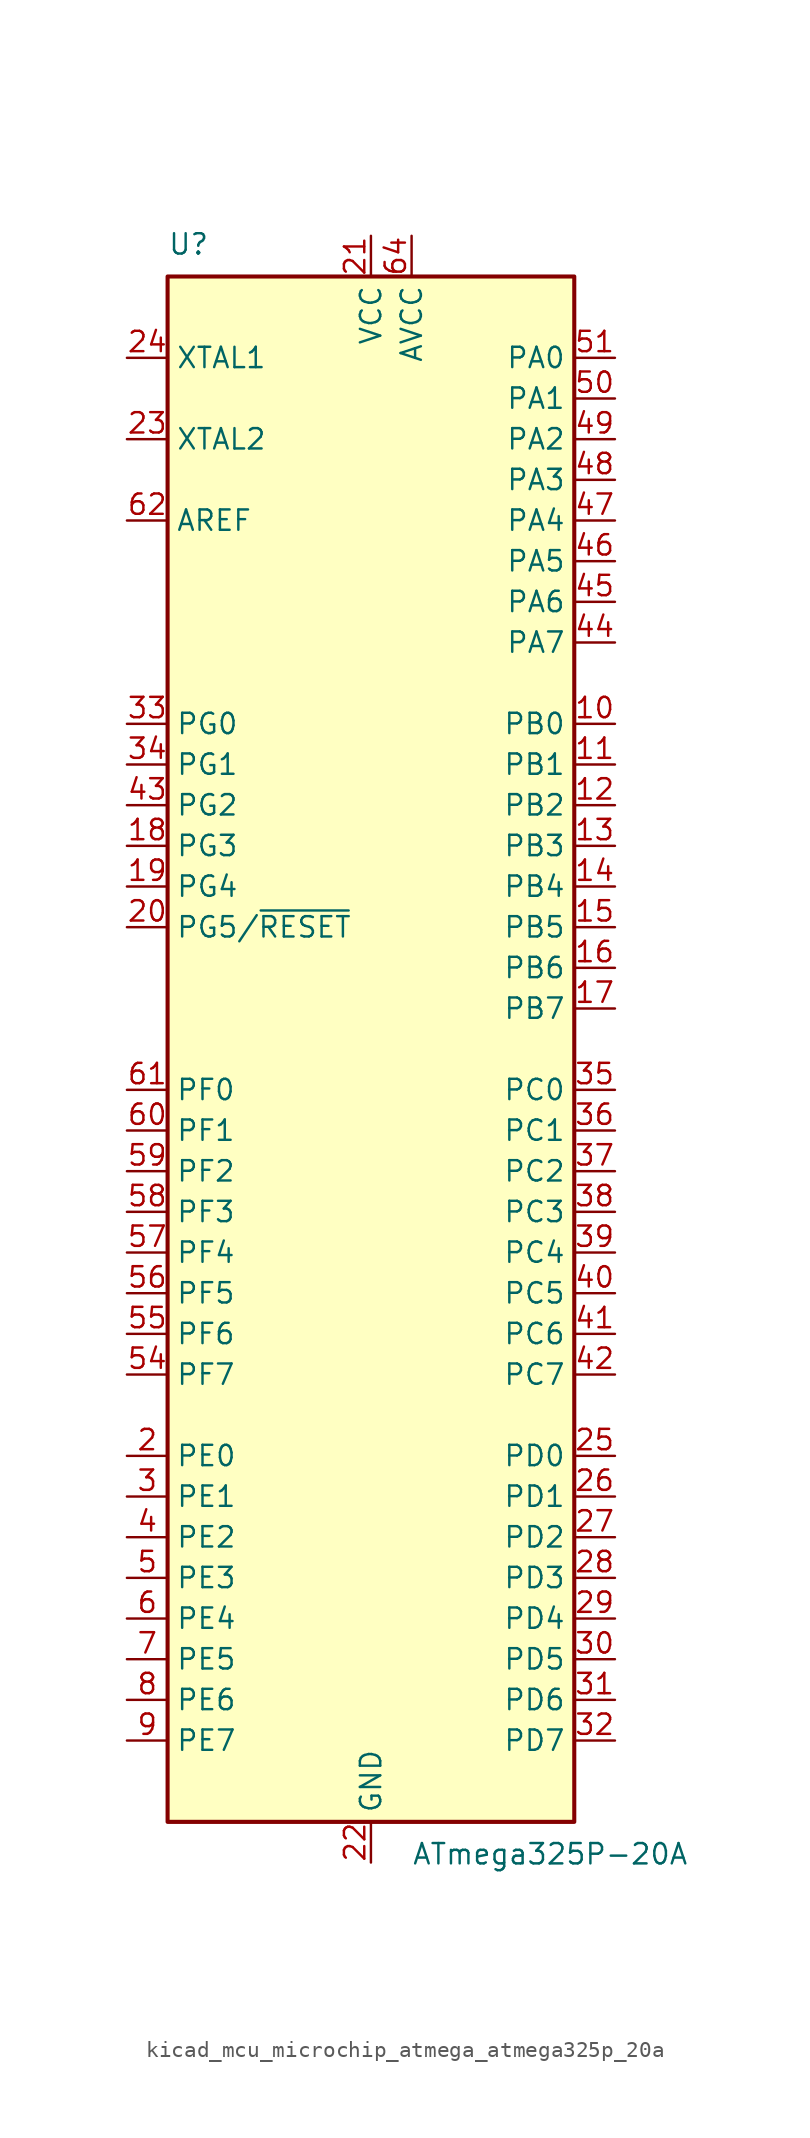
<source format=kicad_sym>
(kicad_symbol_lib
  (version 20220914)
  (generator kicad_symbol_editor)
  (symbol "kicad_mcu_microchip_atmega_atmega325p_20a"
    (property "Reference" "U"
      (at -12.7 49.53 0)
      (effects (font (size 1.27 1.27)) (justify left bottom)))
    (property "Value" "ATmega325P-20A"
      (at 2.54 -49.53 0)
      (effects (font (size 1.27 1.27)) (justify left top)))
    (symbol "kicad_mcu_microchip_atmega_atmega325p_20a_0_1"
      (rectangle (start -12.7 -48.26) (end 12.7 48.26) (stroke (width 0.254) (type default)) (fill (type background))))
    (symbol "kicad_mcu_microchip_atmega_atmega325p_20a_1_1"
      (pin no_connect line (at -12.7 -45.72 0) (length 2.54) hide (name "NC" (effects (font (size 1.27 1.27)))) (number "1" (effects (font (size 1.27 1.27)))))
      (pin bidirectional line (at 15.24 20.32 180) (length 2.54) (name "PB0" (effects (font (size 1.27 1.27)))) (number "10" (effects (font (size 1.27 1.27)))))
      (pin bidirectional line (at 15.24 17.78 180) (length 2.54) (name "PB1" (effects (font (size 1.27 1.27)))) (number "11" (effects (font (size 1.27 1.27)))))
      (pin bidirectional line (at 15.24 15.24 180) (length 2.54) (name "PB2" (effects (font (size 1.27 1.27)))) (number "12" (effects (font (size 1.27 1.27)))))
      (pin bidirectional line (at 15.24 12.7 180) (length 2.54) (name "PB3" (effects (font (size 1.27 1.27)))) (number "13" (effects (font (size 1.27 1.27)))))
      (pin bidirectional line (at 15.24 10.16 180) (length 2.54) (name "PB4" (effects (font (size 1.27 1.27)))) (number "14" (effects (font (size 1.27 1.27)))))
      (pin bidirectional line (at 15.24 7.62 180) (length 2.54) (name "PB5" (effects (font (size 1.27 1.27)))) (number "15" (effects (font (size 1.27 1.27)))))
      (pin bidirectional line (at 15.24 5.08 180) (length 2.54) (name "PB6" (effects (font (size 1.27 1.27)))) (number "16" (effects (font (size 1.27 1.27)))))
      (pin bidirectional line (at 15.24 2.54 180) (length 2.54) (name "PB7" (effects (font (size 1.27 1.27)))) (number "17" (effects (font (size 1.27 1.27)))))
      (pin bidirectional line (at -15.24 12.7 0) (length 2.54) (name "PG3" (effects (font (size 1.27 1.27)))) (number "18" (effects (font (size 1.27 1.27)))))
      (pin bidirectional line (at -15.24 10.16 0) (length 2.54) (name "PG4" (effects (font (size 1.27 1.27)))) (number "19" (effects (font (size 1.27 1.27)))))
      (pin bidirectional line (at -15.24 -25.4 0) (length 2.54) (name "PE0" (effects (font (size 1.27 1.27)))) (number "2" (effects (font (size 1.27 1.27)))))
      (pin bidirectional line (at -15.24 7.62 0) (length 2.54) (name "PG5/~{RESET}" (effects (font (size 1.27 1.27)))) (number "20" (effects (font (size 1.27 1.27)))))
      (pin power_in line (at 0 50.8 270) (length 2.54) (name "VCC" (effects (font (size 1.27 1.27)))) (number "21" (effects (font (size 1.27 1.27)))))
      (pin power_in line (at 0 -50.8 90) (length 2.54) (name "GND" (effects (font (size 1.27 1.27)))) (number "22" (effects (font (size 1.27 1.27)))))
      (pin output line (at -15.24 38.1 0) (length 2.54) (name "XTAL2" (effects (font (size 1.27 1.27)))) (number "23" (effects (font (size 1.27 1.27)))))
      (pin input line (at -15.24 43.18 0) (length 2.54) (name "XTAL1" (effects (font (size 1.27 1.27)))) (number "24" (effects (font (size 1.27 1.27)))))
      (pin bidirectional line (at 15.24 -25.4 180) (length 2.54) (name "PD0" (effects (font (size 1.27 1.27)))) (number "25" (effects (font (size 1.27 1.27)))))
      (pin bidirectional line (at 15.24 -27.94 180) (length 2.54) (name "PD1" (effects (font (size 1.27 1.27)))) (number "26" (effects (font (size 1.27 1.27)))))
      (pin bidirectional line (at 15.24 -30.48 180) (length 2.54) (name "PD2" (effects (font (size 1.27 1.27)))) (number "27" (effects (font (size 1.27 1.27)))))
      (pin bidirectional line (at 15.24 -33.02 180) (length 2.54) (name "PD3" (effects (font (size 1.27 1.27)))) (number "28" (effects (font (size 1.27 1.27)))))
      (pin bidirectional line (at 15.24 -35.56 180) (length 2.54) (name "PD4" (effects (font (size 1.27 1.27)))) (number "29" (effects (font (size 1.27 1.27)))))
      (pin bidirectional line (at -15.24 -27.94 0) (length 2.54) (name "PE1" (effects (font (size 1.27 1.27)))) (number "3" (effects (font (size 1.27 1.27)))))
      (pin bidirectional line (at 15.24 -38.1 180) (length 2.54) (name "PD5" (effects (font (size 1.27 1.27)))) (number "30" (effects (font (size 1.27 1.27)))))
      (pin bidirectional line (at 15.24 -40.64 180) (length 2.54) (name "PD6" (effects (font (size 1.27 1.27)))) (number "31" (effects (font (size 1.27 1.27)))))
      (pin bidirectional line (at 15.24 -43.18 180) (length 2.54) (name "PD7" (effects (font (size 1.27 1.27)))) (number "32" (effects (font (size 1.27 1.27)))))
      (pin bidirectional line (at -15.24 20.32 0) (length 2.54) (name "PG0" (effects (font (size 1.27 1.27)))) (number "33" (effects (font (size 1.27 1.27)))))
      (pin bidirectional line (at -15.24 17.78 0) (length 2.54) (name "PG1" (effects (font (size 1.27 1.27)))) (number "34" (effects (font (size 1.27 1.27)))))
      (pin bidirectional line (at 15.24 -2.54 180) (length 2.54) (name "PC0" (effects (font (size 1.27 1.27)))) (number "35" (effects (font (size 1.27 1.27)))))
      (pin bidirectional line (at 15.24 -5.08 180) (length 2.54) (name "PC1" (effects (font (size 1.27 1.27)))) (number "36" (effects (font (size 1.27 1.27)))))
      (pin bidirectional line (at 15.24 -7.62 180) (length 2.54) (name "PC2" (effects (font (size 1.27 1.27)))) (number "37" (effects (font (size 1.27 1.27)))))
      (pin bidirectional line (at 15.24 -10.16 180) (length 2.54) (name "PC3" (effects (font (size 1.27 1.27)))) (number "38" (effects (font (size 1.27 1.27)))))
      (pin bidirectional line (at 15.24 -12.7 180) (length 2.54) (name "PC4" (effects (font (size 1.27 1.27)))) (number "39" (effects (font (size 1.27 1.27)))))
      (pin bidirectional line (at -15.24 -30.48 0) (length 2.54) (name "PE2" (effects (font (size 1.27 1.27)))) (number "4" (effects (font (size 1.27 1.27)))))
      (pin bidirectional line (at 15.24 -15.24 180) (length 2.54) (name "PC5" (effects (font (size 1.27 1.27)))) (number "40" (effects (font (size 1.27 1.27)))))
      (pin bidirectional line (at 15.24 -17.78 180) (length 2.54) (name "PC6" (effects (font (size 1.27 1.27)))) (number "41" (effects (font (size 1.27 1.27)))))
      (pin bidirectional line (at 15.24 -20.32 180) (length 2.54) (name "PC7" (effects (font (size 1.27 1.27)))) (number "42" (effects (font (size 1.27 1.27)))))
      (pin bidirectional line (at -15.24 15.24 0) (length 2.54) (name "PG2" (effects (font (size 1.27 1.27)))) (number "43" (effects (font (size 1.27 1.27)))))
      (pin bidirectional line (at 15.24 25.4 180) (length 2.54) (name "PA7" (effects (font (size 1.27 1.27)))) (number "44" (effects (font (size 1.27 1.27)))))
      (pin bidirectional line (at 15.24 27.94 180) (length 2.54) (name "PA6" (effects (font (size 1.27 1.27)))) (number "45" (effects (font (size 1.27 1.27)))))
      (pin bidirectional line (at 15.24 30.48 180) (length 2.54) (name "PA5" (effects (font (size 1.27 1.27)))) (number "46" (effects (font (size 1.27 1.27)))))
      (pin bidirectional line (at 15.24 33.02 180) (length 2.54) (name "PA4" (effects (font (size 1.27 1.27)))) (number "47" (effects (font (size 1.27 1.27)))))
      (pin bidirectional line (at 15.24 35.56 180) (length 2.54) (name "PA3" (effects (font (size 1.27 1.27)))) (number "48" (effects (font (size 1.27 1.27)))))
      (pin bidirectional line (at 15.24 38.1 180) (length 2.54) (name "PA2" (effects (font (size 1.27 1.27)))) (number "49" (effects (font (size 1.27 1.27)))))
      (pin bidirectional line (at -15.24 -33.02 0) (length 2.54) (name "PE3" (effects (font (size 1.27 1.27)))) (number "5" (effects (font (size 1.27 1.27)))))
      (pin bidirectional line (at 15.24 40.64 180) (length 2.54) (name "PA1" (effects (font (size 1.27 1.27)))) (number "50" (effects (font (size 1.27 1.27)))))
      (pin bidirectional line (at 15.24 43.18 180) (length 2.54) (name "PA0" (effects (font (size 1.27 1.27)))) (number "51" (effects (font (size 1.27 1.27)))))
      (pin passive line (at 0 50.8 270) (length 2.54) hide (name "VCC" (effects (font (size 1.27 1.27)))) (number "52" (effects (font (size 1.27 1.27)))))
      (pin passive line (at 0 -50.8 90) (length 2.54) hide (name "GND" (effects (font (size 1.27 1.27)))) (number "53" (effects (font (size 1.27 1.27)))))
      (pin bidirectional line (at -15.24 -20.32 0) (length 2.54) (name "PF7" (effects (font (size 1.27 1.27)))) (number "54" (effects (font (size 1.27 1.27)))))
      (pin bidirectional line (at -15.24 -17.78 0) (length 2.54) (name "PF6" (effects (font (size 1.27 1.27)))) (number "55" (effects (font (size 1.27 1.27)))))
      (pin bidirectional line (at -15.24 -15.24 0) (length 2.54) (name "PF5" (effects (font (size 1.27 1.27)))) (number "56" (effects (font (size 1.27 1.27)))))
      (pin bidirectional line (at -15.24 -12.7 0) (length 2.54) (name "PF4" (effects (font (size 1.27 1.27)))) (number "57" (effects (font (size 1.27 1.27)))))
      (pin bidirectional line (at -15.24 -10.16 0) (length 2.54) (name "PF3" (effects (font (size 1.27 1.27)))) (number "58" (effects (font (size 1.27 1.27)))))
      (pin bidirectional line (at -15.24 -7.62 0) (length 2.54) (name "PF2" (effects (font (size 1.27 1.27)))) (number "59" (effects (font (size 1.27 1.27)))))
      (pin bidirectional line (at -15.24 -35.56 0) (length 2.54) (name "PE4" (effects (font (size 1.27 1.27)))) (number "6" (effects (font (size 1.27 1.27)))))
      (pin bidirectional line (at -15.24 -5.08 0) (length 2.54) (name "PF1" (effects (font (size 1.27 1.27)))) (number "60" (effects (font (size 1.27 1.27)))))
      (pin bidirectional line (at -15.24 -2.54 0) (length 2.54) (name "PF0" (effects (font (size 1.27 1.27)))) (number "61" (effects (font (size 1.27 1.27)))))
      (pin passive line (at -15.24 33.02 0) (length 2.54) (name "AREF" (effects (font (size 1.27 1.27)))) (number "62" (effects (font (size 1.27 1.27)))))
      (pin passive line (at 0 -50.8 90) (length 2.54) hide (name "GND" (effects (font (size 1.27 1.27)))) (number "63" (effects (font (size 1.27 1.27)))))
      (pin power_in line (at 2.54 50.8 270) (length 2.54) (name "AVCC" (effects (font (size 1.27 1.27)))) (number "64" (effects (font (size 1.27 1.27)))))
      (pin bidirectional line (at -15.24 -38.1 0) (length 2.54) (name "PE5" (effects (font (size 1.27 1.27)))) (number "7" (effects (font (size 1.27 1.27)))))
      (pin bidirectional line (at -15.24 -40.64 0) (length 2.54) (name "PE6" (effects (font (size 1.27 1.27)))) (number "8" (effects (font (size 1.27 1.27)))))
      (pin bidirectional line (at -15.24 -43.18 0) (length 2.54) (name "PE7" (effects (font (size 1.27 1.27)))) (number "9" (effects (font (size 1.27 1.27))))))))
</source>
